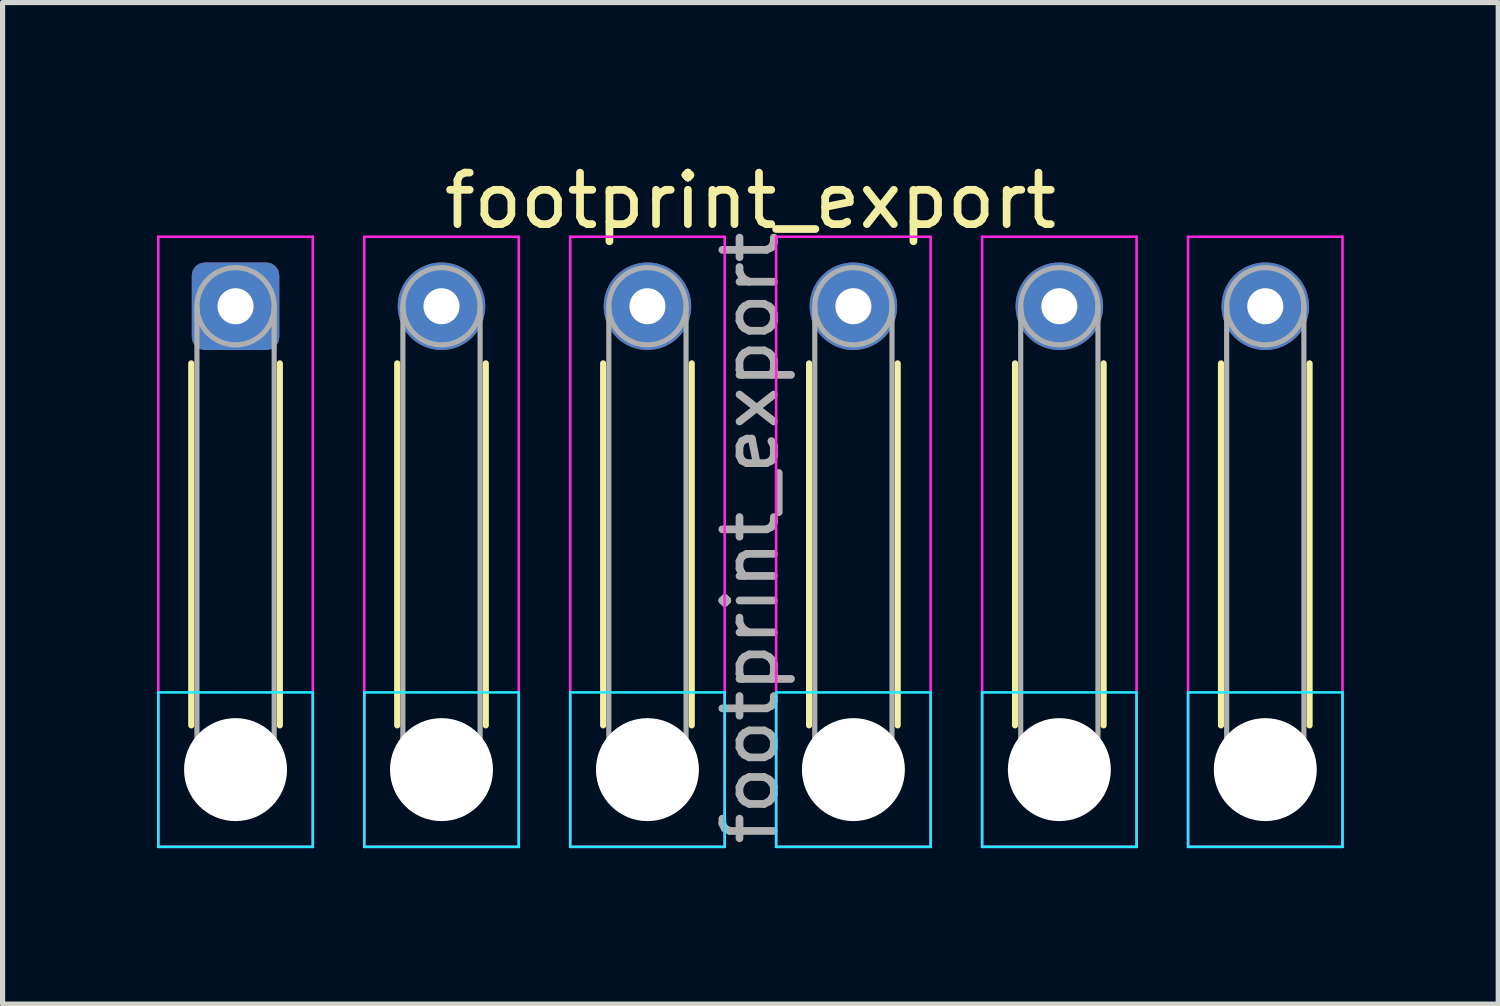
<source format=kicad_pcb>
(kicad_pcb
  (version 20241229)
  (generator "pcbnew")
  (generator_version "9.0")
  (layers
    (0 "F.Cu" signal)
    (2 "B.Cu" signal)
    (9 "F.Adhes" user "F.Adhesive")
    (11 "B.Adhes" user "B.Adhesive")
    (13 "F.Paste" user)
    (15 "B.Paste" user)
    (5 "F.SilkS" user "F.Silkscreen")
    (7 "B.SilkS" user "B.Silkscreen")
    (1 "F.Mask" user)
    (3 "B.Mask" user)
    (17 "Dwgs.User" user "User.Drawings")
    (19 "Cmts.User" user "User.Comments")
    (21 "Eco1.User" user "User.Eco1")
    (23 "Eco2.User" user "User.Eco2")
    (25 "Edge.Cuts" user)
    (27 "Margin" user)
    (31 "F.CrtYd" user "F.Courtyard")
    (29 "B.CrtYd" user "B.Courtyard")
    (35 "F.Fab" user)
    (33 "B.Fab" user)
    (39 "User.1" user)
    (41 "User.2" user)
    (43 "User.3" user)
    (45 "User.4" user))
  (footprint "footprint_export"
    (layer "F.Cu")
    (at 1.525 2.898)
    (property "Reference" "footprint_export" (at 10 -2.05 0) (layer "F.SilkS") (effects (font (size 1 1) (thickness 0.15))))
    (attr exclude_from_pos_files exclude_from_bom)
    (fp_line (start -0.86 1.11) (end -0.86 8.14) (stroke (width 0.12) (type solid)) (layer "F.SilkS"))
    (fp_line (start 0.86 1.11) (end 0.86 8.14) (stroke (width 0.12) (type solid)) (layer "F.SilkS"))
    (fp_line (start 3.14 1.11) (end 3.14 8.14) (stroke (width 0.12) (type solid)) (layer "F.SilkS"))
    (fp_line (start 4.86 1.11) (end 4.86 8.14) (stroke (width 0.12) (type solid)) (layer "F.SilkS"))
    (fp_line (start 7.14 1.11) (end 7.14 8.14) (stroke (width 0.12) (type solid)) (layer "F.SilkS"))
    (fp_line (start 8.86 1.11) (end 8.86 8.14) (stroke (width 0.12) (type solid)) (layer "F.SilkS"))
    (fp_line (start 11.14 1.11) (end 11.14 8.14) (stroke (width 0.12) (type solid)) (layer "F.SilkS"))
    (fp_line (start 12.86 1.11) (end 12.86 8.14) (stroke (width 0.12) (type solid)) (layer "F.SilkS"))
    (fp_line (start 15.14 1.11) (end 15.14 8.14) (stroke (width 0.12) (type solid)) (layer "F.SilkS"))
    (fp_line (start 16.86 1.11) (end 16.86 8.14) (stroke (width 0.12) (type solid)) (layer "F.SilkS"))
    (fp_line (start 19.14 1.11) (end 19.14 8.14) (stroke (width 0.12) (type solid)) (layer "F.SilkS"))
    (fp_line (start 20.86 1.11) (end 20.86 8.14) (stroke (width 0.12) (type solid)) (layer "F.SilkS"))
    (fp_line (start -1.5 7.5) (end -1.5 10.5) (stroke (width 0.05) (type solid)) (layer "B.CrtYd"))
    (fp_line (start -1.5 10.5) (end 1.5 10.5) (stroke (width 0.05) (type solid)) (layer "B.CrtYd"))
    (fp_line (start 1.5 7.5) (end -1.5 7.5) (stroke (width 0.05) (type solid)) (layer "B.CrtYd"))
    (fp_line (start 1.5 10.5) (end 1.5 7.5) (stroke (width 0.05) (type solid)) (layer "B.CrtYd"))
    (fp_line (start 2.5 7.5) (end 2.5 10.5) (stroke (width 0.05) (type solid)) (layer "B.CrtYd"))
    (fp_line (start 2.5 10.5) (end 5.5 10.5) (stroke (width 0.05) (type solid)) (layer "B.CrtYd"))
    (fp_line (start 5.5 7.5) (end 2.5 7.5) (stroke (width 0.05) (type solid)) (layer "B.CrtYd"))
    (fp_line (start 5.5 10.5) (end 5.5 7.5) (stroke (width 0.05) (type solid)) (layer "B.CrtYd"))
    (fp_line (start 6.5 7.5) (end 6.5 10.5) (stroke (width 0.05) (type solid)) (layer "B.CrtYd"))
    (fp_line (start 6.5 10.5) (end 9.5 10.5) (stroke (width 0.05) (type solid)) (layer "B.CrtYd"))
    (fp_line (start 9.5 7.5) (end 6.5 7.5) (stroke (width 0.05) (type solid)) (layer "B.CrtYd"))
    (fp_line (start 9.5 10.5) (end 9.5 7.5) (stroke (width 0.05) (type solid)) (layer "B.CrtYd"))
    (fp_line (start 10.5 7.5) (end 10.5 10.5) (stroke (width 0.05) (type solid)) (layer "B.CrtYd"))
    (fp_line (start 10.5 10.5) (end 13.5 10.5) (stroke (width 0.05) (type solid)) (layer "B.CrtYd"))
    (fp_line (start 13.5 7.5) (end 10.5 7.5) (stroke (width 0.05) (type solid)) (layer "B.CrtYd"))
    (fp_line (start 13.5 10.5) (end 13.5 7.5) (stroke (width 0.05) (type solid)) (layer "B.CrtYd"))
    (fp_line (start 14.5 7.5) (end 14.5 10.5) (stroke (width 0.05) (type solid)) (layer "B.CrtYd"))
    (fp_line (start 14.5 10.5) (end 17.5 10.5) (stroke (width 0.05) (type solid)) (layer "B.CrtYd"))
    (fp_line (start 17.5 7.5) (end 14.5 7.5) (stroke (width 0.05) (type solid)) (layer "B.CrtYd"))
    (fp_line (start 17.5 10.5) (end 17.5 7.5) (stroke (width 0.05) (type solid)) (layer "B.CrtYd"))
    (fp_line (start 18.5 7.5) (end 18.5 10.5) (stroke (width 0.05) (type solid)) (layer "B.CrtYd"))
    (fp_line (start 18.5 10.5) (end 21.5 10.5) (stroke (width 0.05) (type solid)) (layer "B.CrtYd"))
    (fp_line (start 21.5 7.5) (end 18.5 7.5) (stroke (width 0.05) (type solid)) (layer "B.CrtYd"))
    (fp_line (start 21.5 10.5) (end 21.5 7.5) (stroke (width 0.05) (type solid)) (layer "B.CrtYd"))
    (fp_line (start -1.5 -1.35) (end -1.5 10.5) (stroke (width 0.05) (type solid)) (layer "F.CrtYd"))
    (fp_line (start -1.5 10.5) (end 1.5 10.5) (stroke (width 0.05) (type solid)) (layer "F.CrtYd"))
    (fp_line (start 1.5 -1.35) (end -1.5 -1.35) (stroke (width 0.05) (type solid)) (layer "F.CrtYd"))
    (fp_line (start 1.5 10.5) (end 1.5 -1.35) (stroke (width 0.05) (type solid)) (layer "F.CrtYd"))
    (fp_line (start 2.5 -1.35) (end 2.5 10.5) (stroke (width 0.05) (type solid)) (layer "F.CrtYd"))
    (fp_line (start 2.5 10.5) (end 5.5 10.5) (stroke (width 0.05) (type solid)) (layer "F.CrtYd"))
    (fp_line (start 5.5 -1.35) (end 2.5 -1.35) (stroke (width 0.05) (type solid)) (layer "F.CrtYd"))
    (fp_line (start 5.5 10.5) (end 5.5 -1.35) (stroke (width 0.05) (type solid)) (layer "F.CrtYd"))
    (fp_line (start 6.5 -1.35) (end 6.5 10.5) (stroke (width 0.05) (type solid)) (layer "F.CrtYd"))
    (fp_line (start 6.5 10.5) (end 9.5 10.5) (stroke (width 0.05) (type solid)) (layer "F.CrtYd"))
    (fp_line (start 9.5 -1.35) (end 6.5 -1.35) (stroke (width 0.05) (type solid)) (layer "F.CrtYd"))
    (fp_line (start 9.5 10.5) (end 9.5 -1.35) (stroke (width 0.05) (type solid)) (layer "F.CrtYd"))
    (fp_line (start 10.5 -1.35) (end 10.5 10.5) (stroke (width 0.05) (type solid)) (layer "F.CrtYd"))
    (fp_line (start 10.5 10.5) (end 13.5 10.5) (stroke (width 0.05) (type solid)) (layer "F.CrtYd"))
    (fp_line (start 13.5 -1.35) (end 10.5 -1.35) (stroke (width 0.05) (type solid)) (layer "F.CrtYd"))
    (fp_line (start 13.5 10.5) (end 13.5 -1.35) (stroke (width 0.05) (type solid)) (layer "F.CrtYd"))
    (fp_line (start 14.5 -1.35) (end 14.5 10.5) (stroke (width 0.05) (type solid)) (layer "F.CrtYd"))
    (fp_line (start 14.5 10.5) (end 17.5 10.5) (stroke (width 0.05) (type solid)) (layer "F.CrtYd"))
    (fp_line (start 17.5 -1.35) (end 14.5 -1.35) (stroke (width 0.05) (type solid)) (layer "F.CrtYd"))
    (fp_line (start 17.5 10.5) (end 17.5 -1.35) (stroke (width 0.05) (type solid)) (layer "F.CrtYd"))
    (fp_line (start 18.5 -1.35) (end 18.5 10.5) (stroke (width 0.05) (type solid)) (layer "F.CrtYd"))
    (fp_line (start 18.5 10.5) (end 21.5 10.5) (stroke (width 0.05) (type solid)) (layer "F.CrtYd"))
    (fp_line (start 21.5 -1.35) (end 18.5 -1.35) (stroke (width 0.05) (type solid)) (layer "F.CrtYd"))
    (fp_line (start 21.5 10.5) (end 21.5 -1.35) (stroke (width 0.05) (type solid)) (layer "F.CrtYd"))
    (fp_line (start -0.75 0) (end -0.75 9) (stroke (width 0.1) (type solid)) (layer "F.Fab"))
    (fp_line (start 0.75 0) (end 0.75 9) (stroke (width 0.1) (type solid)) (layer "F.Fab"))
    (fp_line (start 3.25 0) (end 3.25 9) (stroke (width 0.1) (type solid)) (layer "F.Fab"))
    (fp_line (start 4.75 0) (end 4.75 9) (stroke (width 0.1) (type solid)) (layer "F.Fab"))
    (fp_line (start 7.25 0) (end 7.25 9) (stroke (width 0.1) (type solid)) (layer "F.Fab"))
    (fp_line (start 8.75 0) (end 8.75 9) (stroke (width 0.1) (type solid)) (layer "F.Fab"))
    (fp_line (start 11.25 0) (end 11.25 9) (stroke (width 0.1) (type solid)) (layer "F.Fab"))
    (fp_line (start 12.75 0) (end 12.75 9) (stroke (width 0.1) (type solid)) (layer "F.Fab"))
    (fp_line (start 15.25 0) (end 15.25 9) (stroke (width 0.1) (type solid)) (layer "F.Fab"))
    (fp_line (start 16.75 0) (end 16.75 9) (stroke (width 0.1) (type solid)) (layer "F.Fab"))
    (fp_line (start 19.25 0) (end 19.25 9) (stroke (width 0.1) (type solid)) (layer "F.Fab"))
    (fp_line (start 20.75 0) (end 20.75 9) (stroke (width 0.1) (type solid)) (layer "F.Fab"))
    (fp_circle (center 0 0) (end 0.75 0) (stroke (width 0.1) (type solid)) (fill no) (layer "F.Fab"))
    (fp_circle (center 0 9) (end 0.75 9) (stroke (width 0.1) (type solid)) (fill no) (layer "F.Fab"))
    (fp_circle (center 4 0) (end 4.75 0) (stroke (width 0.1) (type solid)) (fill no) (layer "F.Fab"))
    (fp_circle (center 4 9) (end 4.75 9) (stroke (width 0.1) (type solid)) (fill no) (layer "F.Fab"))
    (fp_circle (center 8 0) (end 8.75 0) (stroke (width 0.1) (type solid)) (fill no) (layer "F.Fab"))
    (fp_circle (center 8 9) (end 8.75 9) (stroke (width 0.1) (type solid)) (fill no) (layer "F.Fab"))
    (fp_circle (center 12 0) (end 12.75 0) (stroke (width 0.1) (type solid)) (fill no) (layer "F.Fab"))
    (fp_circle (center 12 9) (end 12.75 9) (stroke (width 0.1) (type solid)) (fill no) (layer "F.Fab"))
    (fp_circle (center 16 0) (end 16.75 0) (stroke (width 0.1) (type solid)) (fill no) (layer "F.Fab"))
    (fp_circle (center 16 9) (end 16.75 9) (stroke (width 0.1) (type solid)) (fill no) (layer "F.Fab"))
    (fp_circle (center 20 0) (end 20.75 0) (stroke (width 0.1) (type solid)) (fill no) (layer "F.Fab"))
    (fp_circle (center 20 9) (end 20.75 9) (stroke (width 0.1) (type solid)) (fill no) (layer "F.Fab"))
    (fp_text user "${REFERENCE}" (at 10 4.5 90) (layer "F.Fab") (effects (font (size 1 1) (thickness 0.15))))
    (pad "" np_thru_hole circle (at 0 9) (size 2 2) (drill 2) (layers "*.Cu" "*.Mask"))
    (pad "" np_thru_hole circle (at 4 9) (size 2 2) (drill 2) (layers "*.Cu" "*.Mask"))
    (pad "" np_thru_hole circle (at 8 9) (size 2 2) (drill 2) (layers "*.Cu" "*.Mask"))
    (pad "" np_thru_hole circle (at 12 9) (size 2 2) (drill 2) (layers "*.Cu" "*.Mask"))
    (pad "" np_thru_hole circle (at 16 9) (size 2 2) (drill 2) (layers "*.Cu" "*.Mask"))
    (pad "" np_thru_hole circle (at 20 9) (size 2 2) (drill 2) (layers "*.Cu" "*.Mask"))
    (pad "1" thru_hole roundrect (at 0 0) (size 1.7 1.7) (drill 0.7) (layers "*.Cu" "*.Mask") (roundrect_rratio 0.147))
    (pad "2" thru_hole circle (at 4 0) (size 1.7 1.7) (drill 0.7) (layers "*.Cu" "*.Mask"))
    (pad "3" thru_hole circle (at 8 0) (size 1.7 1.7) (drill 0.7) (layers "*.Cu" "*.Mask"))
    (pad "4" thru_hole circle (at 12 0) (size 1.7 1.7) (drill 0.7) (layers "*.Cu" "*.Mask"))
    (pad "5" thru_hole circle (at 16 0) (size 1.7 1.7) (drill 0.7) (layers "*.Cu" "*.Mask"))
    (pad "6" thru_hole circle (at 20 0) (size 1.7 1.7) (drill 0.7) (layers "*.Cu" "*.Mask")))
  (gr_rect
    (start -3 -3)
    (end 26.05 16.452)
    (stroke (width 0.1) (type default))
    (fill no)
    (layer "Edge.Cuts")))
</source>
